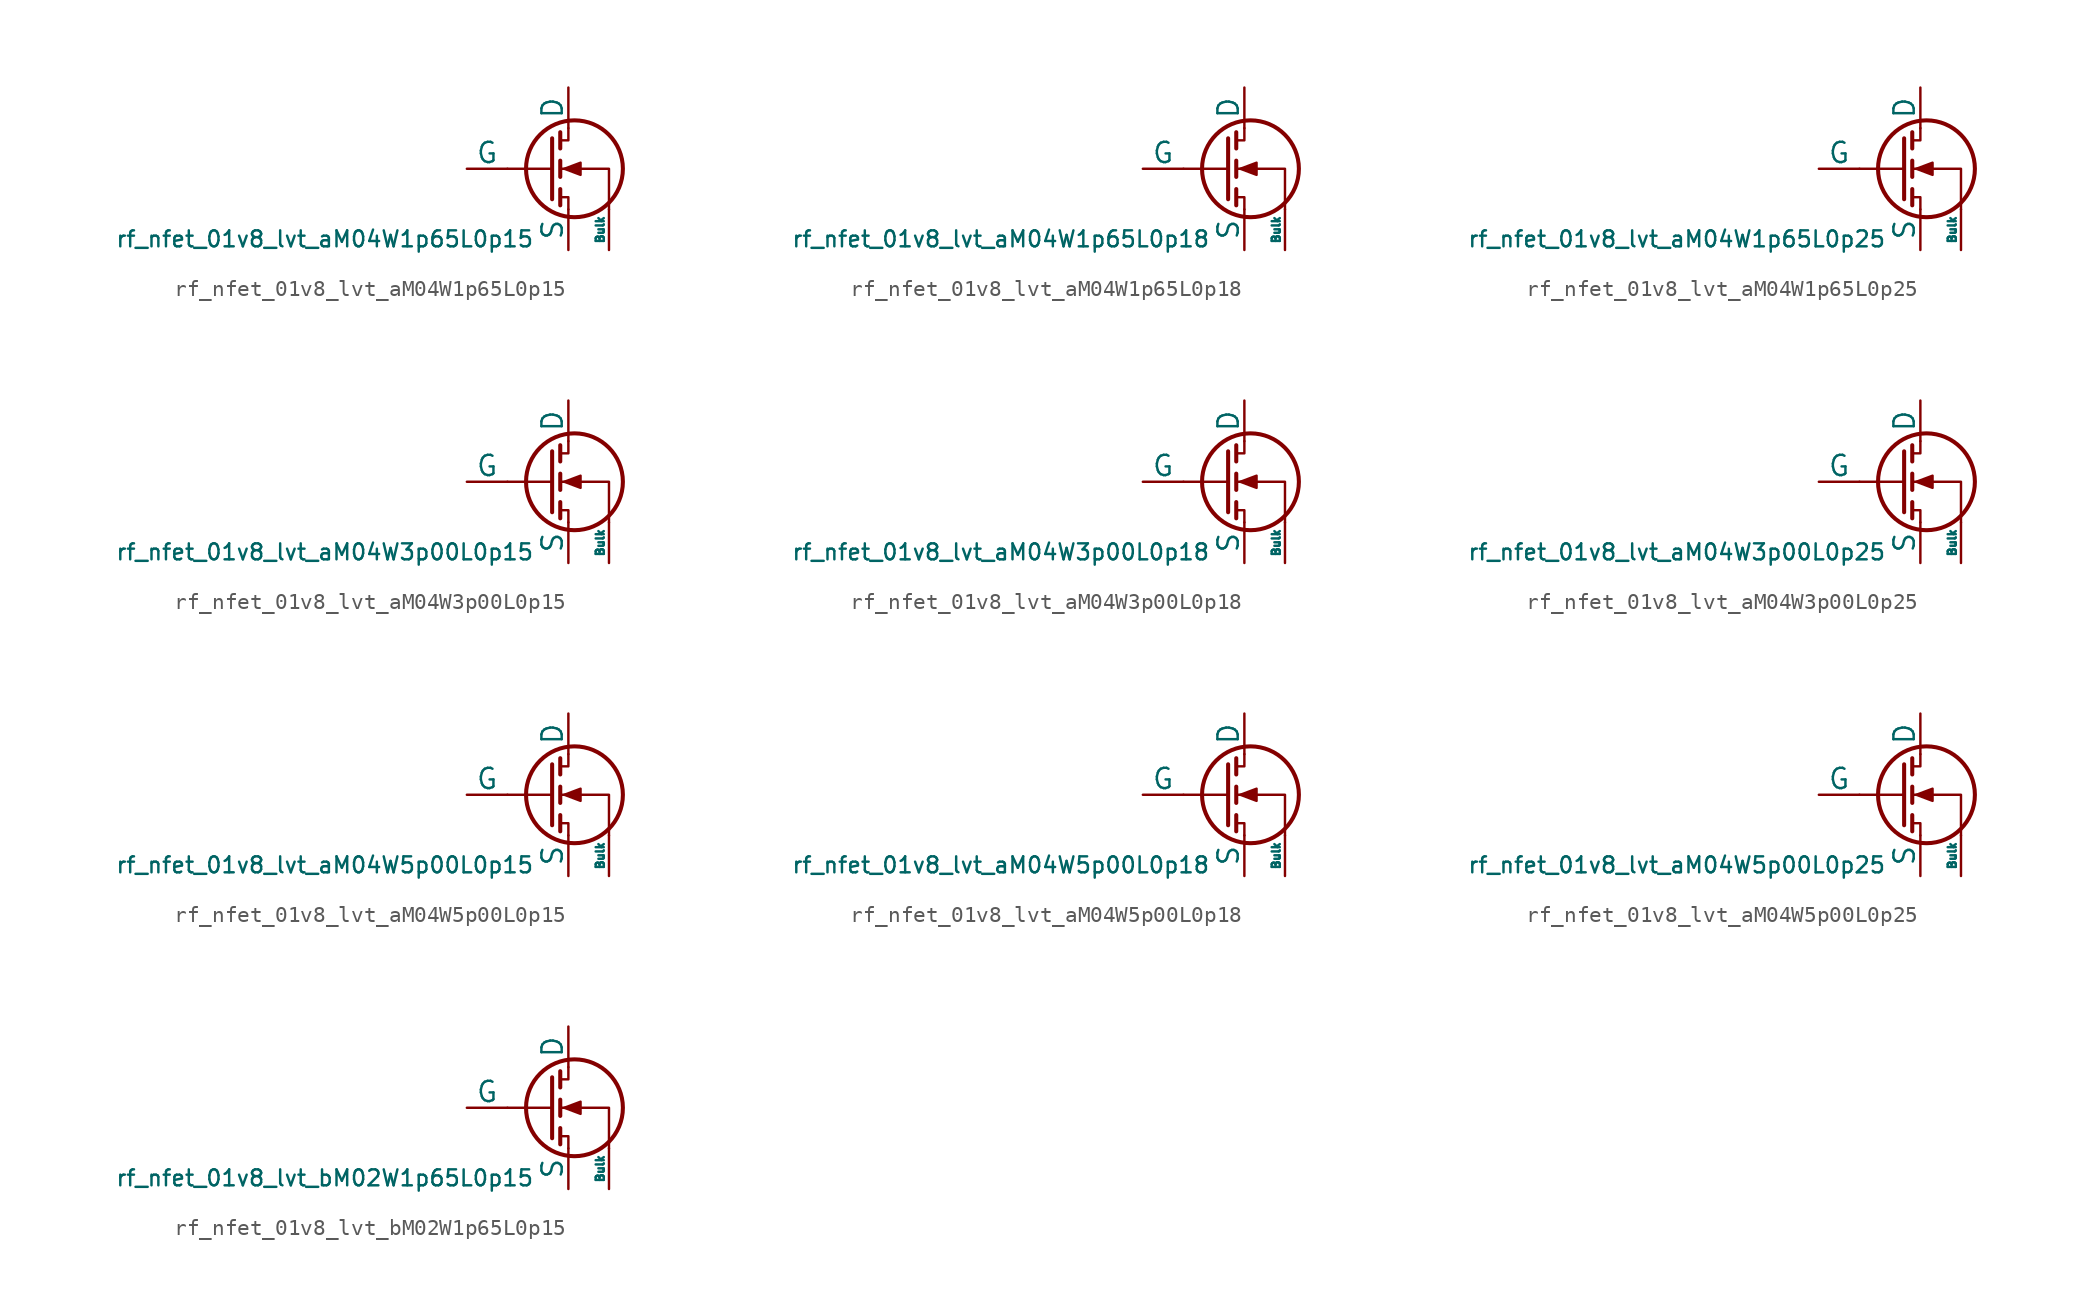
<source format=kicad_sym>
(kicad_symbol_lib
  (version 20211014)
  (generator pdk2kicad)
  (symbol "rf_nfet_01v8_lvt_aM04W1p65L0p15"
    (pin_numbers hide)
    (pin_names
      (offset 0))
    (property "Reference" "Q"
      (at 0 0 0)
      (effects (font (size 1 1)) hide))
    (property "Value" "rf_nfet_01v8_lvt_aM04W1p65L0p15"
      (at -12.7 -3.81 0)
      (effects (font (size 1 1)) (justify top)))
    (polyline
      (pts (xy 1.524 0) (xy -1.27 0))
      (stroke (width 0) (type default))
      (fill (type none)))
    (polyline
      (pts (xy 1.524 1.905) (xy 1.524 -1.905))
      (stroke (width 0.254) (type default))
      (fill (type none)))
    (polyline
      (pts (xy 2.032 -1.27) (xy 2.032 -2.286))
      (stroke (width 0.254) (type default))
      (fill (type none)))
    (polyline
      (pts (xy 2.032 0.508) (xy 2.032 -0.508))
      (stroke (width 0.254) (type default))
      (fill (type none)))
    (polyline
      (pts (xy 2.032 2.286) (xy 2.032 1.27))
      (stroke (width 0.254) (type default))
      (fill (type none)))
    (polyline
      (pts (xy 2.032 1.778) (xy 2.54 1.778) (xy 2.54 2.54))
      (stroke (width 0) (type default))
      (fill (type none)))
    (polyline
      (pts (xy 2.54 -2.54) (xy 2.54 -1.778) (xy 2.032 -1.778))
      (stroke (width 0) (type default))
      (fill (type none)))
    (polyline
      (pts (xy 5.08 -2.54) (xy 5.08 0) (xy 2.032 0))
      (stroke (width 0) (type default))
      (fill (type none)))
    (polyline
      (pts (xy 2.286 0) (xy 3.302 0.381) (xy 3.302 -0.381) (xy 2.286 0))
      (stroke (width 0) (type default))
      (fill (type outline)))
    (circle
      (center 2.921 0)
      (radius 3.029)
      (stroke (width 0.254) (type default))
      (fill (type none)))
    (pin passive line
      (at 2.54 5.08 270)
      (length 2.54)
      (name "D" (effects (font (size 1.27 1.27))))
      (number "1" (effects (font (size 1.27 1.27)))))
    (pin input line
      (at -3.81 0 0)
      (length 2.54)
      (name "G" (effects (font (size 1.27 1.27))))
      (number "2" (effects (font (size 1.27 1.27)))))
    (pin passive line
      (at 2.54 -5.08 90)
      (length 2.54)
      (name "S" (effects (font (size 1.27 1.27))))
      (number "3" (effects (font (size 1.27 1.27)))))
    (pin input line
      (at 5.08 -5.08 90)
      (length 2.54)
      (name "Bulk" (effects (font (size 0.508 0.508))))
      (number "4" (effects (font (size 1.27 1.27))))))
  (symbol "rf_nfet_01v8_lvt_aM04W1p65L0p18"
    (pin_numbers hide)
    (pin_names
      (offset 0))
    (property "Reference" "Q"
      (at 0 0 0)
      (effects (font (size 1 1)) hide))
    (property "Value" "rf_nfet_01v8_lvt_aM04W1p65L0p18"
      (at -12.7 -3.81 0)
      (effects (font (size 1 1)) (justify top)))
    (polyline
      (pts (xy 1.524 0) (xy -1.27 0))
      (stroke (width 0) (type default))
      (fill (type none)))
    (polyline
      (pts (xy 1.524 1.905) (xy 1.524 -1.905))
      (stroke (width 0.254) (type default))
      (fill (type none)))
    (polyline
      (pts (xy 2.032 -1.27) (xy 2.032 -2.286))
      (stroke (width 0.254) (type default))
      (fill (type none)))
    (polyline
      (pts (xy 2.032 0.508) (xy 2.032 -0.508))
      (stroke (width 0.254) (type default))
      (fill (type none)))
    (polyline
      (pts (xy 2.032 2.286) (xy 2.032 1.27))
      (stroke (width 0.254) (type default))
      (fill (type none)))
    (polyline
      (pts (xy 2.032 1.778) (xy 2.54 1.778) (xy 2.54 2.54))
      (stroke (width 0) (type default))
      (fill (type none)))
    (polyline
      (pts (xy 2.54 -2.54) (xy 2.54 -1.778) (xy 2.032 -1.778))
      (stroke (width 0) (type default))
      (fill (type none)))
    (polyline
      (pts (xy 5.08 -2.54) (xy 5.08 0) (xy 2.032 0))
      (stroke (width 0) (type default))
      (fill (type none)))
    (polyline
      (pts (xy 2.286 0) (xy 3.302 0.381) (xy 3.302 -0.381) (xy 2.286 0))
      (stroke (width 0) (type default))
      (fill (type outline)))
    (circle
      (center 2.921 0)
      (radius 3.029)
      (stroke (width 0.254) (type default))
      (fill (type none)))
    (pin passive line
      (at 2.54 5.08 270)
      (length 2.54)
      (name "D" (effects (font (size 1.27 1.27))))
      (number "1" (effects (font (size 1.27 1.27)))))
    (pin input line
      (at -3.81 0 0)
      (length 2.54)
      (name "G" (effects (font (size 1.27 1.27))))
      (number "2" (effects (font (size 1.27 1.27)))))
    (pin passive line
      (at 2.54 -5.08 90)
      (length 2.54)
      (name "S" (effects (font (size 1.27 1.27))))
      (number "3" (effects (font (size 1.27 1.27)))))
    (pin input line
      (at 5.08 -5.08 90)
      (length 2.54)
      (name "Bulk" (effects (font (size 0.508 0.508))))
      (number "4" (effects (font (size 1.27 1.27))))))
  (symbol "rf_nfet_01v8_lvt_aM04W1p65L0p25"
    (pin_numbers hide)
    (pin_names
      (offset 0))
    (property "Reference" "Q"
      (at 0 0 0)
      (effects (font (size 1 1)) hide))
    (property "Value" "rf_nfet_01v8_lvt_aM04W1p65L0p25"
      (at -12.7 -3.81 0)
      (effects (font (size 1 1)) (justify top)))
    (polyline
      (pts (xy 1.524 0) (xy -1.27 0))
      (stroke (width 0) (type default))
      (fill (type none)))
    (polyline
      (pts (xy 1.524 1.905) (xy 1.524 -1.905))
      (stroke (width 0.254) (type default))
      (fill (type none)))
    (polyline
      (pts (xy 2.032 -1.27) (xy 2.032 -2.286))
      (stroke (width 0.254) (type default))
      (fill (type none)))
    (polyline
      (pts (xy 2.032 0.508) (xy 2.032 -0.508))
      (stroke (width 0.254) (type default))
      (fill (type none)))
    (polyline
      (pts (xy 2.032 2.286) (xy 2.032 1.27))
      (stroke (width 0.254) (type default))
      (fill (type none)))
    (polyline
      (pts (xy 2.032 1.778) (xy 2.54 1.778) (xy 2.54 2.54))
      (stroke (width 0) (type default))
      (fill (type none)))
    (polyline
      (pts (xy 2.54 -2.54) (xy 2.54 -1.778) (xy 2.032 -1.778))
      (stroke (width 0) (type default))
      (fill (type none)))
    (polyline
      (pts (xy 5.08 -2.54) (xy 5.08 0) (xy 2.032 0))
      (stroke (width 0) (type default))
      (fill (type none)))
    (polyline
      (pts (xy 2.286 0) (xy 3.302 0.381) (xy 3.302 -0.381) (xy 2.286 0))
      (stroke (width 0) (type default))
      (fill (type outline)))
    (circle
      (center 2.921 0)
      (radius 3.029)
      (stroke (width 0.254) (type default))
      (fill (type none)))
    (pin passive line
      (at 2.54 5.08 270)
      (length 2.54)
      (name "D" (effects (font (size 1.27 1.27))))
      (number "1" (effects (font (size 1.27 1.27)))))
    (pin input line
      (at -3.81 0 0)
      (length 2.54)
      (name "G" (effects (font (size 1.27 1.27))))
      (number "2" (effects (font (size 1.27 1.27)))))
    (pin passive line
      (at 2.54 -5.08 90)
      (length 2.54)
      (name "S" (effects (font (size 1.27 1.27))))
      (number "3" (effects (font (size 1.27 1.27)))))
    (pin input line
      (at 5.08 -5.08 90)
      (length 2.54)
      (name "Bulk" (effects (font (size 0.508 0.508))))
      (number "4" (effects (font (size 1.27 1.27))))))
  (symbol "rf_nfet_01v8_lvt_aM04W3p00L0p15"
    (pin_numbers hide)
    (pin_names
      (offset 0))
    (property "Reference" "Q"
      (at 0 0 0)
      (effects (font (size 1 1)) hide))
    (property "Value" "rf_nfet_01v8_lvt_aM04W3p00L0p15"
      (at -12.7 -3.81 0)
      (effects (font (size 1 1)) (justify top)))
    (polyline
      (pts (xy 1.524 0) (xy -1.27 0))
      (stroke (width 0) (type default))
      (fill (type none)))
    (polyline
      (pts (xy 1.524 1.905) (xy 1.524 -1.905))
      (stroke (width 0.254) (type default))
      (fill (type none)))
    (polyline
      (pts (xy 2.032 -1.27) (xy 2.032 -2.286))
      (stroke (width 0.254) (type default))
      (fill (type none)))
    (polyline
      (pts (xy 2.032 0.508) (xy 2.032 -0.508))
      (stroke (width 0.254) (type default))
      (fill (type none)))
    (polyline
      (pts (xy 2.032 2.286) (xy 2.032 1.27))
      (stroke (width 0.254) (type default))
      (fill (type none)))
    (polyline
      (pts (xy 2.032 1.778) (xy 2.54 1.778) (xy 2.54 2.54))
      (stroke (width 0) (type default))
      (fill (type none)))
    (polyline
      (pts (xy 2.54 -2.54) (xy 2.54 -1.778) (xy 2.032 -1.778))
      (stroke (width 0) (type default))
      (fill (type none)))
    (polyline
      (pts (xy 5.08 -2.54) (xy 5.08 0) (xy 2.032 0))
      (stroke (width 0) (type default))
      (fill (type none)))
    (polyline
      (pts (xy 2.286 0) (xy 3.302 0.381) (xy 3.302 -0.381) (xy 2.286 0))
      (stroke (width 0) (type default))
      (fill (type outline)))
    (circle
      (center 2.921 0)
      (radius 3.029)
      (stroke (width 0.254) (type default))
      (fill (type none)))
    (pin passive line
      (at 2.54 5.08 270)
      (length 2.54)
      (name "D" (effects (font (size 1.27 1.27))))
      (number "1" (effects (font (size 1.27 1.27)))))
    (pin input line
      (at -3.81 0 0)
      (length 2.54)
      (name "G" (effects (font (size 1.27 1.27))))
      (number "2" (effects (font (size 1.27 1.27)))))
    (pin passive line
      (at 2.54 -5.08 90)
      (length 2.54)
      (name "S" (effects (font (size 1.27 1.27))))
      (number "3" (effects (font (size 1.27 1.27)))))
    (pin input line
      (at 5.08 -5.08 90)
      (length 2.54)
      (name "Bulk" (effects (font (size 0.508 0.508))))
      (number "4" (effects (font (size 1.27 1.27))))))
  (symbol "rf_nfet_01v8_lvt_aM04W3p00L0p18"
    (pin_numbers hide)
    (pin_names
      (offset 0))
    (property "Reference" "Q"
      (at 0 0 0)
      (effects (font (size 1 1)) hide))
    (property "Value" "rf_nfet_01v8_lvt_aM04W3p00L0p18"
      (at -12.7 -3.81 0)
      (effects (font (size 1 1)) (justify top)))
    (polyline
      (pts (xy 1.524 0) (xy -1.27 0))
      (stroke (width 0) (type default))
      (fill (type none)))
    (polyline
      (pts (xy 1.524 1.905) (xy 1.524 -1.905))
      (stroke (width 0.254) (type default))
      (fill (type none)))
    (polyline
      (pts (xy 2.032 -1.27) (xy 2.032 -2.286))
      (stroke (width 0.254) (type default))
      (fill (type none)))
    (polyline
      (pts (xy 2.032 0.508) (xy 2.032 -0.508))
      (stroke (width 0.254) (type default))
      (fill (type none)))
    (polyline
      (pts (xy 2.032 2.286) (xy 2.032 1.27))
      (stroke (width 0.254) (type default))
      (fill (type none)))
    (polyline
      (pts (xy 2.032 1.778) (xy 2.54 1.778) (xy 2.54 2.54))
      (stroke (width 0) (type default))
      (fill (type none)))
    (polyline
      (pts (xy 2.54 -2.54) (xy 2.54 -1.778) (xy 2.032 -1.778))
      (stroke (width 0) (type default))
      (fill (type none)))
    (polyline
      (pts (xy 5.08 -2.54) (xy 5.08 0) (xy 2.032 0))
      (stroke (width 0) (type default))
      (fill (type none)))
    (polyline
      (pts (xy 2.286 0) (xy 3.302 0.381) (xy 3.302 -0.381) (xy 2.286 0))
      (stroke (width 0) (type default))
      (fill (type outline)))
    (circle
      (center 2.921 0)
      (radius 3.029)
      (stroke (width 0.254) (type default))
      (fill (type none)))
    (pin passive line
      (at 2.54 5.08 270)
      (length 2.54)
      (name "D" (effects (font (size 1.27 1.27))))
      (number "1" (effects (font (size 1.27 1.27)))))
    (pin input line
      (at -3.81 0 0)
      (length 2.54)
      (name "G" (effects (font (size 1.27 1.27))))
      (number "2" (effects (font (size 1.27 1.27)))))
    (pin passive line
      (at 2.54 -5.08 90)
      (length 2.54)
      (name "S" (effects (font (size 1.27 1.27))))
      (number "3" (effects (font (size 1.27 1.27)))))
    (pin input line
      (at 5.08 -5.08 90)
      (length 2.54)
      (name "Bulk" (effects (font (size 0.508 0.508))))
      (number "4" (effects (font (size 1.27 1.27))))))
  (symbol "rf_nfet_01v8_lvt_aM04W3p00L0p25"
    (pin_numbers hide)
    (pin_names
      (offset 0))
    (property "Reference" "Q"
      (at 0 0 0)
      (effects (font (size 1 1)) hide))
    (property "Value" "rf_nfet_01v8_lvt_aM04W3p00L0p25"
      (at -12.7 -3.81 0)
      (effects (font (size 1 1)) (justify top)))
    (polyline
      (pts (xy 1.524 0) (xy -1.27 0))
      (stroke (width 0) (type default))
      (fill (type none)))
    (polyline
      (pts (xy 1.524 1.905) (xy 1.524 -1.905))
      (stroke (width 0.254) (type default))
      (fill (type none)))
    (polyline
      (pts (xy 2.032 -1.27) (xy 2.032 -2.286))
      (stroke (width 0.254) (type default))
      (fill (type none)))
    (polyline
      (pts (xy 2.032 0.508) (xy 2.032 -0.508))
      (stroke (width 0.254) (type default))
      (fill (type none)))
    (polyline
      (pts (xy 2.032 2.286) (xy 2.032 1.27))
      (stroke (width 0.254) (type default))
      (fill (type none)))
    (polyline
      (pts (xy 2.032 1.778) (xy 2.54 1.778) (xy 2.54 2.54))
      (stroke (width 0) (type default))
      (fill (type none)))
    (polyline
      (pts (xy 2.54 -2.54) (xy 2.54 -1.778) (xy 2.032 -1.778))
      (stroke (width 0) (type default))
      (fill (type none)))
    (polyline
      (pts (xy 5.08 -2.54) (xy 5.08 0) (xy 2.032 0))
      (stroke (width 0) (type default))
      (fill (type none)))
    (polyline
      (pts (xy 2.286 0) (xy 3.302 0.381) (xy 3.302 -0.381) (xy 2.286 0))
      (stroke (width 0) (type default))
      (fill (type outline)))
    (circle
      (center 2.921 0)
      (radius 3.029)
      (stroke (width 0.254) (type default))
      (fill (type none)))
    (pin passive line
      (at 2.54 5.08 270)
      (length 2.54)
      (name "D" (effects (font (size 1.27 1.27))))
      (number "1" (effects (font (size 1.27 1.27)))))
    (pin input line
      (at -3.81 0 0)
      (length 2.54)
      (name "G" (effects (font (size 1.27 1.27))))
      (number "2" (effects (font (size 1.27 1.27)))))
    (pin passive line
      (at 2.54 -5.08 90)
      (length 2.54)
      (name "S" (effects (font (size 1.27 1.27))))
      (number "3" (effects (font (size 1.27 1.27)))))
    (pin input line
      (at 5.08 -5.08 90)
      (length 2.54)
      (name "Bulk" (effects (font (size 0.508 0.508))))
      (number "4" (effects (font (size 1.27 1.27))))))
  (symbol "rf_nfet_01v8_lvt_aM04W5p00L0p15"
    (pin_numbers hide)
    (pin_names
      (offset 0))
    (property "Reference" "Q"
      (at 0 0 0)
      (effects (font (size 1 1)) hide))
    (property "Value" "rf_nfet_01v8_lvt_aM04W5p00L0p15"
      (at -12.7 -3.81 0)
      (effects (font (size 1 1)) (justify top)))
    (polyline
      (pts (xy 1.524 0) (xy -1.27 0))
      (stroke (width 0) (type default))
      (fill (type none)))
    (polyline
      (pts (xy 1.524 1.905) (xy 1.524 -1.905))
      (stroke (width 0.254) (type default))
      (fill (type none)))
    (polyline
      (pts (xy 2.032 -1.27) (xy 2.032 -2.286))
      (stroke (width 0.254) (type default))
      (fill (type none)))
    (polyline
      (pts (xy 2.032 0.508) (xy 2.032 -0.508))
      (stroke (width 0.254) (type default))
      (fill (type none)))
    (polyline
      (pts (xy 2.032 2.286) (xy 2.032 1.27))
      (stroke (width 0.254) (type default))
      (fill (type none)))
    (polyline
      (pts (xy 2.032 1.778) (xy 2.54 1.778) (xy 2.54 2.54))
      (stroke (width 0) (type default))
      (fill (type none)))
    (polyline
      (pts (xy 2.54 -2.54) (xy 2.54 -1.778) (xy 2.032 -1.778))
      (stroke (width 0) (type default))
      (fill (type none)))
    (polyline
      (pts (xy 5.08 -2.54) (xy 5.08 0) (xy 2.032 0))
      (stroke (width 0) (type default))
      (fill (type none)))
    (polyline
      (pts (xy 2.286 0) (xy 3.302 0.381) (xy 3.302 -0.381) (xy 2.286 0))
      (stroke (width 0) (type default))
      (fill (type outline)))
    (circle
      (center 2.921 0)
      (radius 3.029)
      (stroke (width 0.254) (type default))
      (fill (type none)))
    (pin passive line
      (at 2.54 5.08 270)
      (length 2.54)
      (name "D" (effects (font (size 1.27 1.27))))
      (number "1" (effects (font (size 1.27 1.27)))))
    (pin input line
      (at -3.81 0 0)
      (length 2.54)
      (name "G" (effects (font (size 1.27 1.27))))
      (number "2" (effects (font (size 1.27 1.27)))))
    (pin passive line
      (at 2.54 -5.08 90)
      (length 2.54)
      (name "S" (effects (font (size 1.27 1.27))))
      (number "3" (effects (font (size 1.27 1.27)))))
    (pin input line
      (at 5.08 -5.08 90)
      (length 2.54)
      (name "Bulk" (effects (font (size 0.508 0.508))))
      (number "4" (effects (font (size 1.27 1.27))))))
  (symbol "rf_nfet_01v8_lvt_aM04W5p00L0p18"
    (pin_numbers hide)
    (pin_names
      (offset 0))
    (property "Reference" "Q"
      (at 0 0 0)
      (effects (font (size 1 1)) hide))
    (property "Value" "rf_nfet_01v8_lvt_aM04W5p00L0p18"
      (at -12.7 -3.81 0)
      (effects (font (size 1 1)) (justify top)))
    (polyline
      (pts (xy 1.524 0) (xy -1.27 0))
      (stroke (width 0) (type default))
      (fill (type none)))
    (polyline
      (pts (xy 1.524 1.905) (xy 1.524 -1.905))
      (stroke (width 0.254) (type default))
      (fill (type none)))
    (polyline
      (pts (xy 2.032 -1.27) (xy 2.032 -2.286))
      (stroke (width 0.254) (type default))
      (fill (type none)))
    (polyline
      (pts (xy 2.032 0.508) (xy 2.032 -0.508))
      (stroke (width 0.254) (type default))
      (fill (type none)))
    (polyline
      (pts (xy 2.032 2.286) (xy 2.032 1.27))
      (stroke (width 0.254) (type default))
      (fill (type none)))
    (polyline
      (pts (xy 2.032 1.778) (xy 2.54 1.778) (xy 2.54 2.54))
      (stroke (width 0) (type default))
      (fill (type none)))
    (polyline
      (pts (xy 2.54 -2.54) (xy 2.54 -1.778) (xy 2.032 -1.778))
      (stroke (width 0) (type default))
      (fill (type none)))
    (polyline
      (pts (xy 5.08 -2.54) (xy 5.08 0) (xy 2.032 0))
      (stroke (width 0) (type default))
      (fill (type none)))
    (polyline
      (pts (xy 2.286 0) (xy 3.302 0.381) (xy 3.302 -0.381) (xy 2.286 0))
      (stroke (width 0) (type default))
      (fill (type outline)))
    (circle
      (center 2.921 0)
      (radius 3.029)
      (stroke (width 0.254) (type default))
      (fill (type none)))
    (pin passive line
      (at 2.54 5.08 270)
      (length 2.54)
      (name "D" (effects (font (size 1.27 1.27))))
      (number "1" (effects (font (size 1.27 1.27)))))
    (pin input line
      (at -3.81 0 0)
      (length 2.54)
      (name "G" (effects (font (size 1.27 1.27))))
      (number "2" (effects (font (size 1.27 1.27)))))
    (pin passive line
      (at 2.54 -5.08 90)
      (length 2.54)
      (name "S" (effects (font (size 1.27 1.27))))
      (number "3" (effects (font (size 1.27 1.27)))))
    (pin input line
      (at 5.08 -5.08 90)
      (length 2.54)
      (name "Bulk" (effects (font (size 0.508 0.508))))
      (number "4" (effects (font (size 1.27 1.27))))))
  (symbol "rf_nfet_01v8_lvt_aM04W5p00L0p25"
    (pin_numbers hide)
    (pin_names
      (offset 0))
    (property "Reference" "Q"
      (at 0 0 0)
      (effects (font (size 1 1)) hide))
    (property "Value" "rf_nfet_01v8_lvt_aM04W5p00L0p25"
      (at -12.7 -3.81 0)
      (effects (font (size 1 1)) (justify top)))
    (polyline
      (pts (xy 1.524 0) (xy -1.27 0))
      (stroke (width 0) (type default))
      (fill (type none)))
    (polyline
      (pts (xy 1.524 1.905) (xy 1.524 -1.905))
      (stroke (width 0.254) (type default))
      (fill (type none)))
    (polyline
      (pts (xy 2.032 -1.27) (xy 2.032 -2.286))
      (stroke (width 0.254) (type default))
      (fill (type none)))
    (polyline
      (pts (xy 2.032 0.508) (xy 2.032 -0.508))
      (stroke (width 0.254) (type default))
      (fill (type none)))
    (polyline
      (pts (xy 2.032 2.286) (xy 2.032 1.27))
      (stroke (width 0.254) (type default))
      (fill (type none)))
    (polyline
      (pts (xy 2.032 1.778) (xy 2.54 1.778) (xy 2.54 2.54))
      (stroke (width 0) (type default))
      (fill (type none)))
    (polyline
      (pts (xy 2.54 -2.54) (xy 2.54 -1.778) (xy 2.032 -1.778))
      (stroke (width 0) (type default))
      (fill (type none)))
    (polyline
      (pts (xy 5.08 -2.54) (xy 5.08 0) (xy 2.032 0))
      (stroke (width 0) (type default))
      (fill (type none)))
    (polyline
      (pts (xy 2.286 0) (xy 3.302 0.381) (xy 3.302 -0.381) (xy 2.286 0))
      (stroke (width 0) (type default))
      (fill (type outline)))
    (circle
      (center 2.921 0)
      (radius 3.029)
      (stroke (width 0.254) (type default))
      (fill (type none)))
    (pin passive line
      (at 2.54 5.08 270)
      (length 2.54)
      (name "D" (effects (font (size 1.27 1.27))))
      (number "1" (effects (font (size 1.27 1.27)))))
    (pin input line
      (at -3.81 0 0)
      (length 2.54)
      (name "G" (effects (font (size 1.27 1.27))))
      (number "2" (effects (font (size 1.27 1.27)))))
    (pin passive line
      (at 2.54 -5.08 90)
      (length 2.54)
      (name "S" (effects (font (size 1.27 1.27))))
      (number "3" (effects (font (size 1.27 1.27)))))
    (pin input line
      (at 5.08 -5.08 90)
      (length 2.54)
      (name "Bulk" (effects (font (size 0.508 0.508))))
      (number "4" (effects (font (size 1.27 1.27))))))
  (symbol "rf_nfet_01v8_lvt_bM02W1p65L0p15"
    (pin_numbers hide)
    (pin_names
      (offset 0))
    (property "Reference" "Q"
      (at 0 0 0)
      (effects (font (size 1 1)) hide))
    (property "Value" "rf_nfet_01v8_lvt_bM02W1p65L0p15"
      (at -12.7 -3.81 0)
      (effects (font (size 1 1)) (justify top)))
    (polyline
      (pts (xy 1.524 0) (xy -1.27 0))
      (stroke (width 0) (type default))
      (fill (type none)))
    (polyline
      (pts (xy 1.524 1.905) (xy 1.524 -1.905))
      (stroke (width 0.254) (type default))
      (fill (type none)))
    (polyline
      (pts (xy 2.032 -1.27) (xy 2.032 -2.286))
      (stroke (width 0.254) (type default))
      (fill (type none)))
    (polyline
      (pts (xy 2.032 0.508) (xy 2.032 -0.508))
      (stroke (width 0.254) (type default))
      (fill (type none)))
    (polyline
      (pts (xy 2.032 2.286) (xy 2.032 1.27))
      (stroke (width 0.254) (type default))
      (fill (type none)))
    (polyline
      (pts (xy 2.032 1.778) (xy 2.54 1.778) (xy 2.54 2.54))
      (stroke (width 0) (type default))
      (fill (type none)))
    (polyline
      (pts (xy 2.54 -2.54) (xy 2.54 -1.778) (xy 2.032 -1.778))
      (stroke (width 0) (type default))
      (fill (type none)))
    (polyline
      (pts (xy 5.08 -2.54) (xy 5.08 0) (xy 2.032 0))
      (stroke (width 0) (type default))
      (fill (type none)))
    (polyline
      (pts (xy 2.286 0) (xy 3.302 0.381) (xy 3.302 -0.381) (xy 2.286 0))
      (stroke (width 0) (type default))
      (fill (type outline)))
    (circle
      (center 2.921 0)
      (radius 3.029)
      (stroke (width 0.254) (type default))
      (fill (type none)))
    (pin passive line
      (at 2.54 5.08 270)
      (length 2.54)
      (name "D" (effects (font (size 1.27 1.27))))
      (number "1" (effects (font (size 1.27 1.27)))))
    (pin input line
      (at -3.81 0 0)
      (length 2.54)
      (name "G" (effects (font (size 1.27 1.27))))
      (number "2" (effects (font (size 1.27 1.27)))))
    (pin passive line
      (at 2.54 -5.08 90)
      (length 2.54)
      (name "S" (effects (font (size 1.27 1.27))))
      (number "3" (effects (font (size 1.27 1.27)))))
    (pin input line
      (at 5.08 -5.08 90)
      (length 2.54)
      (name "Bulk" (effects (font (size 0.508 0.508))))
      (number "4" (effects (font (size 1.27 1.27)))))))
</source>
